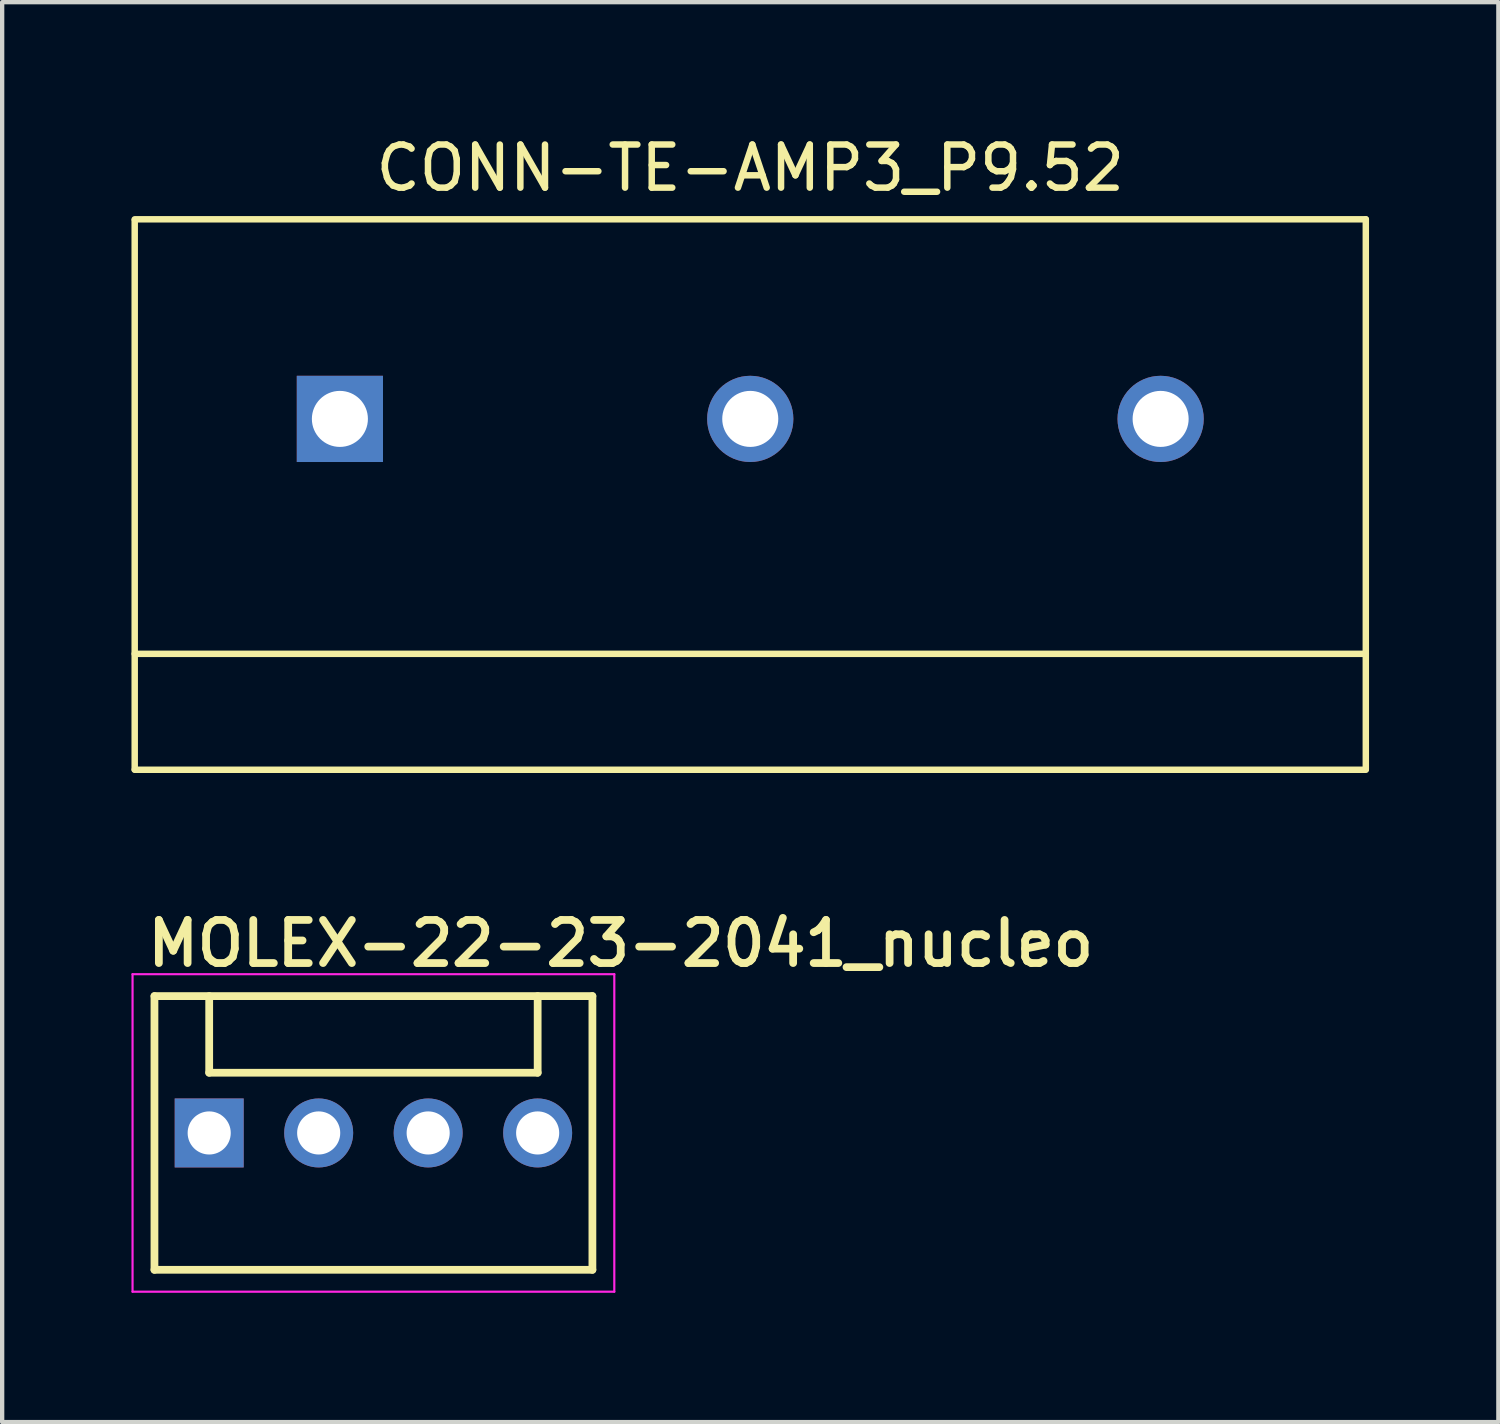
<source format=kicad_pcb>
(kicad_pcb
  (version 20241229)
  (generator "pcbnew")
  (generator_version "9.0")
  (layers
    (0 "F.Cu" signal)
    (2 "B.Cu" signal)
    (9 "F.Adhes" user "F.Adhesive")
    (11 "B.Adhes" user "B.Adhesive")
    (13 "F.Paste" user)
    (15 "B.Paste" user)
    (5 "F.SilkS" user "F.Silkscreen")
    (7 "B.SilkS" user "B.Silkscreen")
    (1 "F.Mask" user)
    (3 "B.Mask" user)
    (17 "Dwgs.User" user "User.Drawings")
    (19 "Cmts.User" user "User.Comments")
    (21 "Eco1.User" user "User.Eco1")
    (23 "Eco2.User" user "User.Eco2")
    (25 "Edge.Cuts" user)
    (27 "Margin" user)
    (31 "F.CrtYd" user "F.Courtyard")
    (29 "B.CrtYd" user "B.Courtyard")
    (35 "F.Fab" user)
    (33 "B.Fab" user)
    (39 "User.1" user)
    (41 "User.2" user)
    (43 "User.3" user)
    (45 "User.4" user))
  (footprint "MOLEX-22-23-2041_nucleo"
    (layer "F.Cu")
    (at 5.613 23.233)
    (property "Reference" "MOLEX-22-23-2041_nucleo" (at -5.334 -3.81 0) (layer "F.SilkS") (effects (font (size 1 1) (thickness 0.18)) (justify left bottom)))
    (attr through_hole)
    (fp_line (start -5.08 3.175) (end -5.08 -3.175) (stroke (width 0.18) (type solid)) (layer "F.SilkS"))
    (fp_line (start -3.81 -1.397) (end -3.81 -3.175) (stroke (width 0.18) (type solid)) (layer "F.SilkS"))
    (fp_line (start -3.81 -1.397) (end 3.81 -1.397) (stroke (width 0.18) (type solid)) (layer "F.SilkS"))
    (fp_line (start 3.81 -1.397) (end 3.81 -3.175) (stroke (width 0.18) (type solid)) (layer "F.SilkS"))
    (fp_line (start 5.08 -3.175) (end -5.08 -3.175) (stroke (width 0.18) (type solid)) (layer "F.SilkS"))
    (fp_line (start 5.08 -3.175) (end 5.08 3.175) (stroke (width 0.18) (type solid)) (layer "F.SilkS"))
    (fp_line (start 5.08 3.175) (end -5.08 3.175) (stroke (width 0.18) (type solid)) (layer "F.SilkS"))
    (fp_line (start -5.588 -3.683) (end 5.588 -3.683) (stroke (width 0.05) (type solid)) (layer "F.CrtYd"))
    (fp_line (start -5.588 3.683) (end -5.588 -3.683) (stroke (width 0.05) (type solid)) (layer "F.CrtYd"))
    (fp_line (start 5.588 -3.683) (end 5.588 3.683) (stroke (width 0.05) (type solid)) (layer "F.CrtYd"))
    (fp_line (start 5.588 3.683) (end -5.588 3.683) (stroke (width 0.05) (type solid)) (layer "F.CrtYd"))
    (pad "1" thru_hole circle (at 3.81 0 90) (size 1.6 1.6) (drill 1) (layers "*.Cu" "*.Mask"))
    (pad "2" thru_hole circle (at 1.27 0 90) (size 1.6 1.6) (drill 1) (layers "*.Cu" "*.Mask"))
    (pad "3" thru_hole circle (at -1.27 0 90) (size 1.6 1.6) (drill 1) (layers "*.Cu" "*.Mask"))
    (pad "4" thru_hole rect (at -3.81 0) (size 1.6 1.6) (drill 1) (layers "*.Cu" "*.Mask")))
  (footprint "CONN-TE-AMP3_P9.52"
    (layer "F.Cu")
    (at 4.835 6.668)
    (property "Reference" "CONN-TE-AMP3_P9.52" (at 9.52 -5.82 0) (layer "F.SilkS") (effects (font (size 1 1) (thickness 0.15))))
    (attr through_hole)
    (fp_line (start -4.76 -4.61) (end -4.76 8.13) (stroke (width 0.15) (type solid)) (layer "F.SilkS"))
    (fp_line (start -4.76 5.45) (end 23.8 5.45) (stroke (width 0.15) (type solid)) (layer "F.SilkS"))
    (fp_line (start -4.76 8.14) (end 23.8 8.14) (stroke (width 0.15) (type solid)) (layer "F.SilkS"))
    (fp_line (start 23.8 -4.63) (end -4.76 -4.63) (stroke (width 0.15) (type solid)) (layer "F.SilkS"))
    (fp_line (start 23.8 8.12) (end 23.8 -4.63) (stroke (width 0.15) (type solid)) (layer "F.SilkS"))
    (pad "1" thru_hole rect (at 0 0) (size 2 2) (drill 1.3) (layers "*.Cu" "*.Mask"))
    (pad "2" thru_hole circle (at 9.52 0) (size 2 2) (drill 1.3) (layers "*.Cu" "*.Mask"))
    (pad "3" thru_hole circle (at 19.04 0) (size 2 2) (drill 1.3) (layers "*.Cu" "*.Mask")))
  (gr_rect
    (start -3 -3)
    (end 31.71 29.941)
    (stroke (width 0.1) (type default))
    (fill no)
    (layer "Edge.Cuts")))
</source>
